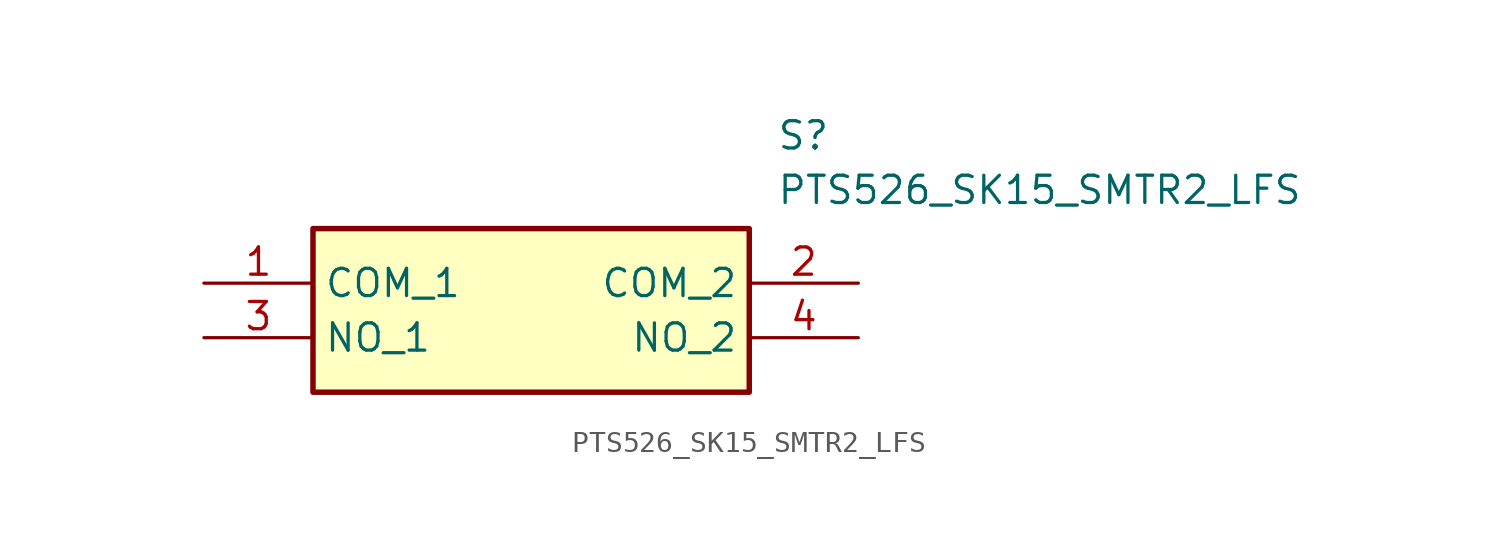
<source format=kicad_sym>
(kicad_symbol_lib
  (version 20211014)
  (generator SamacSys_ECAD_Model)
  (symbol "PTS526_SK15_SMTR2_LFS"
    (property "Reference" "S"
      (at 26.67 7.62 0)
      (effects (font (size 1.27 1.27)) (justify left top)))
    (property "Value" "PTS526_SK15_SMTR2_LFS"
      (at 26.67 5.08 0)
      (effects (font (size 1.27 1.27)) (justify left top)))
    (rectangle
      (start 5.08 2.54)
      (end 25.4 -5.08)
      (stroke (width 0.254) (type default))
      (fill (type background)))
    (pin passive line
      (at 0 0 0)
      (length 5.08)
      (name "COM_1" (effects (font (size 1.27 1.27))))
      (number "1" (effects (font (size 1.27 1.27)))))
    (pin passive line
      (at 30.48 0 180)
      (length 5.08)
      (name "COM_2" (effects (font (size 1.27 1.27))))
      (number "2" (effects (font (size 1.27 1.27)))))
    (pin passive line
      (at 0 -2.54 0)
      (length 5.08)
      (name "NO_1" (effects (font (size 1.27 1.27))))
      (number "3" (effects (font (size 1.27 1.27)))))
    (pin passive line
      (at 30.48 -2.54 180)
      (length 5.08)
      (name "NO_2" (effects (font (size 1.27 1.27))))
      (number "4" (effects (font (size 1.27 1.27)))))))
</source>
